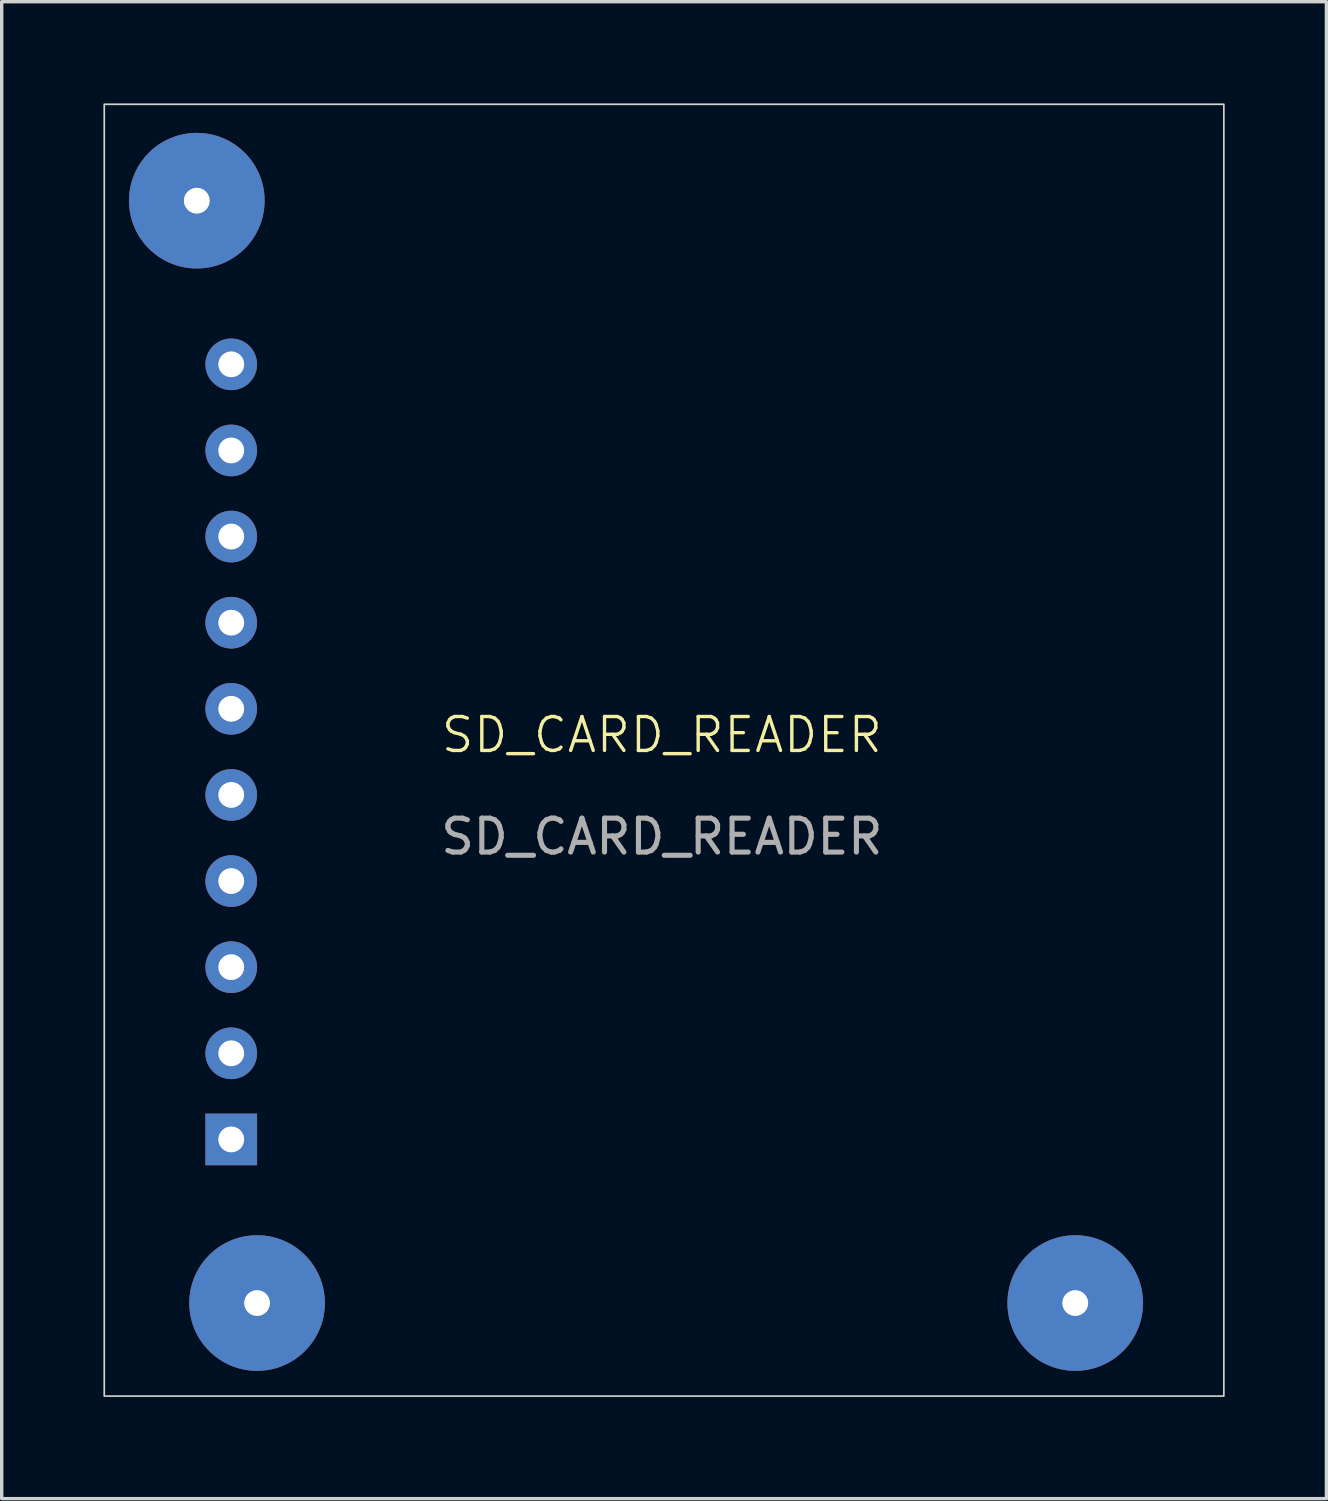
<source format=kicad_pcb>
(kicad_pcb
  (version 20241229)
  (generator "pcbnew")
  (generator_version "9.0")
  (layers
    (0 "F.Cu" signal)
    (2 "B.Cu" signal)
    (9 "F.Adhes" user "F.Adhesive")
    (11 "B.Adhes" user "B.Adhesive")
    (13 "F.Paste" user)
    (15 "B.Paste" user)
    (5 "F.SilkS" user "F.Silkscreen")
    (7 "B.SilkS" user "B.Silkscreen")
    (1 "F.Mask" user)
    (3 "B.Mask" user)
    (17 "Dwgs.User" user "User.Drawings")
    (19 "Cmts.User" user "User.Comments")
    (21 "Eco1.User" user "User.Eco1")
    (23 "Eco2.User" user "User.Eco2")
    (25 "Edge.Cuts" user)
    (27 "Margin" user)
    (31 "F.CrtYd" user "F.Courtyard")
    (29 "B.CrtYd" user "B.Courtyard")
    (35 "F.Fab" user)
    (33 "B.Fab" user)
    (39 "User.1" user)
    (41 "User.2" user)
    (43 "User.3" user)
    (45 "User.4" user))
  (footprint "SD_CARD_READER"
    (layer "F.Cu")
    (at 16.47 19.125)
    (property "Reference" "SD_CARD_READER" (at 0 -0.5 0) (unlocked yes) (layer "F.SilkS") (effects (font (size 1 1) (thickness 0.1))))
    (attr through_hole)
    (fp_rect (start -16.445 -19.1) (end 16.575 19) (stroke (width 0.05) (type default)) (fill no) (layer "Edge.Cuts"))
    (fp_text user "${REFERENCE}" (at 0 2.5 0) (unlocked yes) (layer "F.Fab") (effects (font (size 1 1) (thickness 0.15))))
    (pad "1" thru_hole rect (at -12.7 11.43) (size 1.524 1.524) (drill 0.762) (layers "*.Cu" "*.Mask"))
    (pad "2" thru_hole circle (at -12.7 8.89) (size 1.524 1.524) (drill 0.762) (layers "*.Cu" "*.Mask"))
    (pad "3" thru_hole circle (at -12.7 6.35) (size 1.524 1.524) (drill 0.762) (layers "*.Cu" "*.Mask"))
    (pad "4" thru_hole circle (at -12.7 3.81) (size 1.524 1.524) (drill 0.762) (layers "*.Cu" "*.Mask"))
    (pad "5" thru_hole circle (at -12.7 1.27) (size 1.524 1.524) (drill 0.762) (layers "*.Cu" "*.Mask"))
    (pad "6" thru_hole circle (at -12.7 -1.27) (size 1.524 1.524) (drill 0.762) (layers "*.Cu" "*.Mask"))
    (pad "7" thru_hole circle (at -12.7 -3.81) (size 1.524 1.524) (drill 0.762) (layers "*.Cu" "*.Mask"))
    (pad "8" thru_hole circle (at -12.7 -6.35) (size 1.524 1.524) (drill 0.762) (layers "*.Cu" "*.Mask"))
    (pad "9" thru_hole circle (at -12.7 -8.89) (size 1.524 1.524) (drill 0.762) (layers "*.Cu" "*.Mask"))
    (pad "10" thru_hole circle (at -12.7 -11.43) (size 1.524 1.524) (drill 0.762) (layers "*.Cu" "*.Mask"))
    (pad "11" thru_hole circle (at 12.192 16.256) (size 4 4) (drill 0.762) (layers "*.Cu" "*.Mask"))
    (pad "12" thru_hole circle (at -11.938 16.256) (size 4 4) (drill 0.762) (layers "*.Cu" "*.Mask"))
    (pad "13" thru_hole circle (at -13.716 -16.256) (size 4 4) (drill 0.762) (layers "*.Cu" "*.Mask")))
  (gr_rect
    (start -3 -3)
    (end 36.07 41.15)
    (stroke (width 0.1) (type default))
    (fill no)
    (layer "Edge.Cuts")))
</source>
